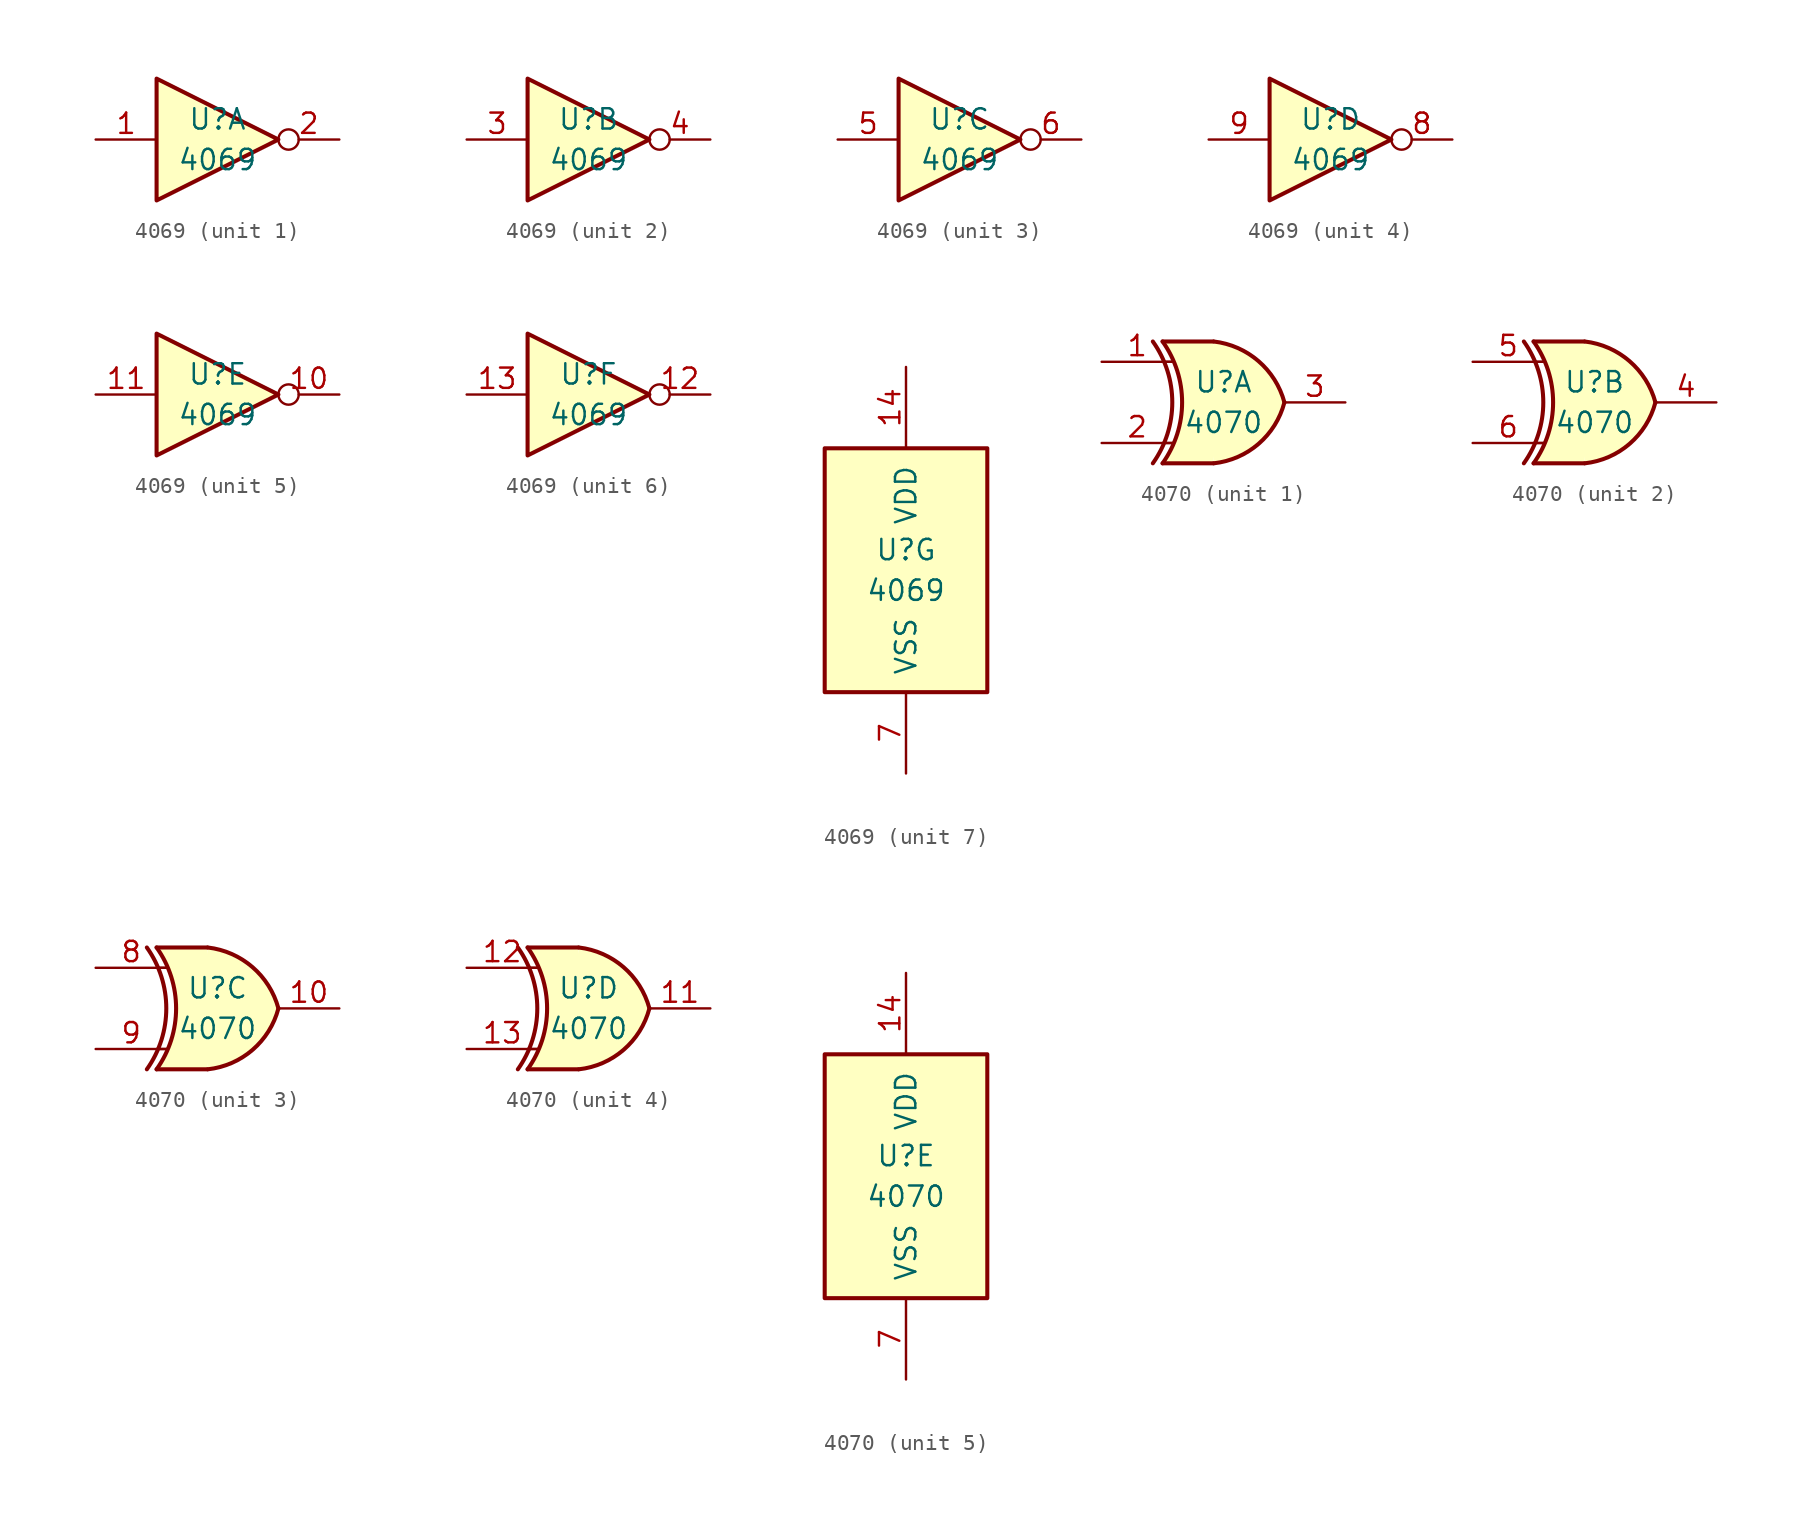
<source format=kicad_sym>
(kicad_symbol_lib
  (version 20201005)
  (generator kicad_symbol_editor)
  (symbol "4xxx:4069"
    (pin_names
      (offset 1.016))
    (property "Reference" "U"
      (at 0 1.27 0)
      (effects (font (size 1.27 1.27))))
    (property "Value" "4069"
      (at 0 -1.27 0)
      (effects (font (size 1.27 1.27))))
    (property "ki_locked" ""
      (at 0 0 0)
      (effects (font (size 1.27 1.27))))
    (symbol "4069_1_0"
      (polyline (pts (xy -3.81 3.81) (xy -3.81 -3.81) (xy 3.81 0) (xy -3.81 3.81)) (stroke (width 0.254)) (fill (type background)))
      (pin input line (at -7.62 0 0) (length 3.81) (name "~" (effects (font (size 1.27 1.27)))) (number "1" (effects (font (size 1.27 1.27)))))
      (pin output inverted (at 7.62 0 180) (length 3.81) (name "~" (effects (font (size 1.27 1.27)))) (number "2" (effects (font (size 1.27 1.27))))))
    (symbol "4069_2_0"
      (polyline (pts (xy -3.81 3.81) (xy -3.81 -3.81) (xy 3.81 0) (xy -3.81 3.81)) (stroke (width 0.254)) (fill (type background)))
      (pin input line (at -7.62 0 0) (length 3.81) (name "~" (effects (font (size 1.27 1.27)))) (number "3" (effects (font (size 1.27 1.27)))))
      (pin output inverted (at 7.62 0 180) (length 3.81) (name "~" (effects (font (size 1.27 1.27)))) (number "4" (effects (font (size 1.27 1.27))))))
    (symbol "4069_3_0"
      (polyline (pts (xy -3.81 3.81) (xy -3.81 -3.81) (xy 3.81 0) (xy -3.81 3.81)) (stroke (width 0.254)) (fill (type background)))
      (pin input line (at -7.62 0 0) (length 3.81) (name "~" (effects (font (size 1.27 1.27)))) (number "5" (effects (font (size 1.27 1.27)))))
      (pin output inverted (at 7.62 0 180) (length 3.81) (name "~" (effects (font (size 1.27 1.27)))) (number "6" (effects (font (size 1.27 1.27))))))
    (symbol "4069_4_0"
      (polyline (pts (xy -3.81 3.81) (xy -3.81 -3.81) (xy 3.81 0) (xy -3.81 3.81)) (stroke (width 0.254)) (fill (type background)))
      (pin output inverted (at 7.62 0 180) (length 3.81) (name "~" (effects (font (size 1.27 1.27)))) (number "8" (effects (font (size 1.27 1.27)))))
      (pin input line (at -7.62 0 0) (length 3.81) (name "~" (effects (font (size 1.27 1.27)))) (number "9" (effects (font (size 1.27 1.27))))))
    (symbol "4069_5_0"
      (polyline (pts (xy -3.81 3.81) (xy -3.81 -3.81) (xy 3.81 0) (xy -3.81 3.81)) (stroke (width 0.254)) (fill (type background)))
      (pin output inverted (at 7.62 0 180) (length 3.81) (name "~" (effects (font (size 1.27 1.27)))) (number "10" (effects (font (size 1.27 1.27)))))
      (pin input line (at -7.62 0 0) (length 3.81) (name "~" (effects (font (size 1.27 1.27)))) (number "11" (effects (font (size 1.27 1.27))))))
    (symbol "4069_6_0"
      (polyline (pts (xy -3.81 3.81) (xy -3.81 -3.81) (xy 3.81 0) (xy -3.81 3.81)) (stroke (width 0.254)) (fill (type background)))
      (pin output inverted (at 7.62 0 180) (length 3.81) (name "~" (effects (font (size 1.27 1.27)))) (number "12" (effects (font (size 1.27 1.27)))))
      (pin input line (at -7.62 0 0) (length 3.81) (name "~" (effects (font (size 1.27 1.27)))) (number "13" (effects (font (size 1.27 1.27))))))
    (symbol "4069_7_0"
      (pin power_in line (at 0 12.7 270) (length 5.08) (name "VDD" (effects (font (size 1.27 1.27)))) (number "14" (effects (font (size 1.27 1.27)))))
      (pin power_in line (at 0 -12.7 90) (length 5.08) (name "VSS" (effects (font (size 1.27 1.27)))) (number "7" (effects (font (size 1.27 1.27))))))
    (symbol "4069_7_1"
      (rectangle (start -5.08 7.62) (end 5.08 -7.62) (stroke (width 0.254)) (fill (type background)))))
  (symbol "4xxx:4070"
    (pin_names
      (offset 1.016))
    (property "Reference" "U"
      (at 0 1.27 0)
      (effects (font (size 1.27 1.27))))
    (property "Value" "4070"
      (at 0 -1.27 0)
      (effects (font (size 1.27 1.27))))
    (property "ki_locked" ""
      (at 0 0 0)
      (effects (font (size 1.27 1.27))))
    (symbol "4070_1_0"
      (arc (start -4.4196 3.81) (end -4.4196 -3.81) (radius (at -9.779 0) (length 6.5532) (angles 35.4 -35.4)) (stroke (width 0.254)) (fill (type none)))
      (arc (start -3.81 3.81) (end -3.81 -3.81) (radius (at -9.144 0) (length 6.5532) (angles 35.4 -35.4)) (stroke (width 0.254)) (fill (type none)))
      (arc (start 3.81 0) (end -0.6096 3.81) (radius (at -1.1938 -1.3208) (length 5.1816) (angles 15 83.7)) (stroke (width 0.254)) (fill (type background)))
      (arc (start 3.81 0) (end -0.6096 -3.81) (radius (at -1.1938 1.3208) (length 5.1816) (angles -15 -83.7)) (stroke (width 0.254)) (fill (type background)))
      (polyline (pts (xy -3.81 -3.81) (xy -0.635 -3.81)) (stroke (width 0.254)) (fill (type background)))
      (polyline (pts (xy -3.81 3.81) (xy -0.635 3.81)) (stroke (width 0.254)) (fill (type background)))
      (polyline (pts (xy -0.635 3.81) (xy -3.81 3.81) (xy -3.81 3.81) (xy -3.556 3.404) (xy -3.023 2.261) (xy -2.692 1.041) (xy -2.616 -0.254) (xy -2.769 -1.499) (xy -3.175 -2.718) (xy -3.81 -3.81) (xy -3.81 -3.81) (xy -0.635 -3.81)) (stroke (width -25.4)) (fill (type background)))
      (pin input line (at -7.62 2.54 0) (length 4.445) (name "~" (effects (font (size 1.27 1.27)))) (number "1" (effects (font (size 1.27 1.27)))))
      (pin input line (at -7.62 -2.54 0) (length 4.445) (name "~" (effects (font (size 1.27 1.27)))) (number "2" (effects (font (size 1.27 1.27)))))
      (pin output line (at 7.62 0 180) (length 3.81) (name "~" (effects (font (size 1.27 1.27)))) (number "3" (effects (font (size 1.27 1.27))))))
    (symbol "4070_1_1"
      (polyline (pts (xy -3.81 -2.54) (xy -3.175 -2.54)) (stroke (width 0.152)) (fill (type none)))
      (polyline (pts (xy -3.81 2.54) (xy -3.175 2.54)) (stroke (width 0.152)) (fill (type none))))
    (symbol "4070_2_0"
      (arc (start -4.4196 3.81) (end -4.4196 -3.81) (radius (at -9.779 0) (length 6.5532) (angles 35.4 -35.4)) (stroke (width 0.254)) (fill (type none)))
      (arc (start -3.81 3.81) (end -3.81 -3.81) (radius (at -9.144 0) (length 6.5532) (angles 35.4 -35.4)) (stroke (width 0.254)) (fill (type none)))
      (arc (start 3.81 0) (end -0.6096 3.81) (radius (at -1.1938 -1.3208) (length 5.1816) (angles 15 83.7)) (stroke (width 0.254)) (fill (type background)))
      (arc (start 3.81 0) (end -0.6096 -3.81) (radius (at -1.1938 1.3208) (length 5.1816) (angles -15 -83.7)) (stroke (width 0.254)) (fill (type background)))
      (polyline (pts (xy -3.81 -3.81) (xy -0.635 -3.81)) (stroke (width 0.254)) (fill (type background)))
      (polyline (pts (xy -3.81 3.81) (xy -0.635 3.81)) (stroke (width 0.254)) (fill (type background)))
      (polyline (pts (xy -0.635 3.81) (xy -3.81 3.81) (xy -3.81 3.81) (xy -3.556 3.404) (xy -3.023 2.261) (xy -2.692 1.041) (xy -2.616 -0.254) (xy -2.769 -1.499) (xy -3.175 -2.718) (xy -3.81 -3.81) (xy -3.81 -3.81) (xy -0.635 -3.81)) (stroke (width -25.4)) (fill (type background)))
      (pin output line (at 7.62 0 180) (length 3.81) (name "~" (effects (font (size 1.27 1.27)))) (number "4" (effects (font (size 1.27 1.27)))))
      (pin input line (at -7.62 2.54 0) (length 4.445) (name "~" (effects (font (size 1.27 1.27)))) (number "5" (effects (font (size 1.27 1.27)))))
      (pin input line (at -7.62 -2.54 0) (length 4.445) (name "~" (effects (font (size 1.27 1.27)))) (number "6" (effects (font (size 1.27 1.27))))))
    (symbol "4070_2_1"
      (polyline (pts (xy -3.81 -2.54) (xy -3.175 -2.54)) (stroke (width 0.152)) (fill (type none)))
      (polyline (pts (xy -3.81 2.54) (xy -3.175 2.54)) (stroke (width 0.152)) (fill (type none))))
    (symbol "4070_3_0"
      (arc (start -4.4196 3.81) (end -4.4196 -3.81) (radius (at -9.779 0) (length 6.5532) (angles 35.4 -35.4)) (stroke (width 0.254)) (fill (type none)))
      (arc (start -3.81 3.81) (end -3.81 -3.81) (radius (at -9.144 0) (length 6.5532) (angles 35.4 -35.4)) (stroke (width 0.254)) (fill (type none)))
      (arc (start 3.81 0) (end -0.6096 3.81) (radius (at -1.1938 -1.3208) (length 5.1816) (angles 15 83.7)) (stroke (width 0.254)) (fill (type background)))
      (arc (start 3.81 0) (end -0.6096 -3.81) (radius (at -1.1938 1.3208) (length 5.1816) (angles -15 -83.7)) (stroke (width 0.254)) (fill (type background)))
      (polyline (pts (xy -3.81 -3.81) (xy -0.635 -3.81)) (stroke (width 0.254)) (fill (type background)))
      (polyline (pts (xy -3.81 3.81) (xy -0.635 3.81)) (stroke (width 0.254)) (fill (type background)))
      (polyline (pts (xy -0.635 3.81) (xy -3.81 3.81) (xy -3.81 3.81) (xy -3.556 3.404) (xy -3.023 2.261) (xy -2.692 1.041) (xy -2.616 -0.254) (xy -2.769 -1.499) (xy -3.175 -2.718) (xy -3.81 -3.81) (xy -3.81 -3.81) (xy -0.635 -3.81)) (stroke (width -25.4)) (fill (type background)))
      (pin output line (at 7.62 0 180) (length 3.81) (name "~" (effects (font (size 1.27 1.27)))) (number "10" (effects (font (size 1.27 1.27)))))
      (pin input line (at -7.62 2.54 0) (length 4.445) (name "~" (effects (font (size 1.27 1.27)))) (number "8" (effects (font (size 1.27 1.27)))))
      (pin input line (at -7.62 -2.54 0) (length 4.445) (name "~" (effects (font (size 1.27 1.27)))) (number "9" (effects (font (size 1.27 1.27))))))
    (symbol "4070_3_1"
      (polyline (pts (xy -3.81 -2.54) (xy -3.175 -2.54)) (stroke (width 0.152)) (fill (type none)))
      (polyline (pts (xy -3.81 2.54) (xy -3.175 2.54)) (stroke (width 0.152)) (fill (type none))))
    (symbol "4070_4_0"
      (arc (start -4.4196 3.81) (end -4.4196 -3.81) (radius (at -9.779 0) (length 6.5532) (angles 35.4 -35.4)) (stroke (width 0.254)) (fill (type none)))
      (arc (start -3.81 3.81) (end -3.81 -3.81) (radius (at -9.144 0) (length 6.5532) (angles 35.4 -35.4)) (stroke (width 0.254)) (fill (type none)))
      (arc (start 3.81 0) (end -0.6096 3.81) (radius (at -1.1938 -1.3208) (length 5.1816) (angles 15 83.7)) (stroke (width 0.254)) (fill (type background)))
      (arc (start 3.81 0) (end -0.6096 -3.81) (radius (at -1.1938 1.3208) (length 5.1816) (angles -15 -83.7)) (stroke (width 0.254)) (fill (type background)))
      (polyline (pts (xy -3.81 -3.81) (xy -0.635 -3.81)) (stroke (width 0.254)) (fill (type background)))
      (polyline (pts (xy -3.81 3.81) (xy -0.635 3.81)) (stroke (width 0.254)) (fill (type background)))
      (polyline (pts (xy -0.635 3.81) (xy -3.81 3.81) (xy -3.81 3.81) (xy -3.556 3.404) (xy -3.023 2.261) (xy -2.692 1.041) (xy -2.616 -0.254) (xy -2.769 -1.499) (xy -3.175 -2.718) (xy -3.81 -3.81) (xy -3.81 -3.81) (xy -0.635 -3.81)) (stroke (width -25.4)) (fill (type background)))
      (pin output line (at 7.62 0 180) (length 3.81) (name "~" (effects (font (size 1.27 1.27)))) (number "11" (effects (font (size 1.27 1.27)))))
      (pin input line (at -7.62 2.54 0) (length 4.445) (name "~" (effects (font (size 1.27 1.27)))) (number "12" (effects (font (size 1.27 1.27)))))
      (pin input line (at -7.62 -2.54 0) (length 4.445) (name "~" (effects (font (size 1.27 1.27)))) (number "13" (effects (font (size 1.27 1.27))))))
    (symbol "4070_4_1"
      (polyline (pts (xy -3.81 -2.54) (xy -3.175 -2.54)) (stroke (width 0.152)) (fill (type none)))
      (polyline (pts (xy -3.81 2.54) (xy -3.175 2.54)) (stroke (width 0.152)) (fill (type none))))
    (symbol "4070_5_0"
      (pin power_in line (at 0 12.7 270) (length 5.08) (name "VDD" (effects (font (size 1.27 1.27)))) (number "14" (effects (font (size 1.27 1.27)))))
      (pin power_in line (at 0 -12.7 90) (length 5.08) (name "VSS" (effects (font (size 1.27 1.27)))) (number "7" (effects (font (size 1.27 1.27))))))
    (symbol "4070_5_1"
      (rectangle (start -5.08 7.62) (end 5.08 -7.62) (stroke (width 0.254)) (fill (type background))))))
</source>
